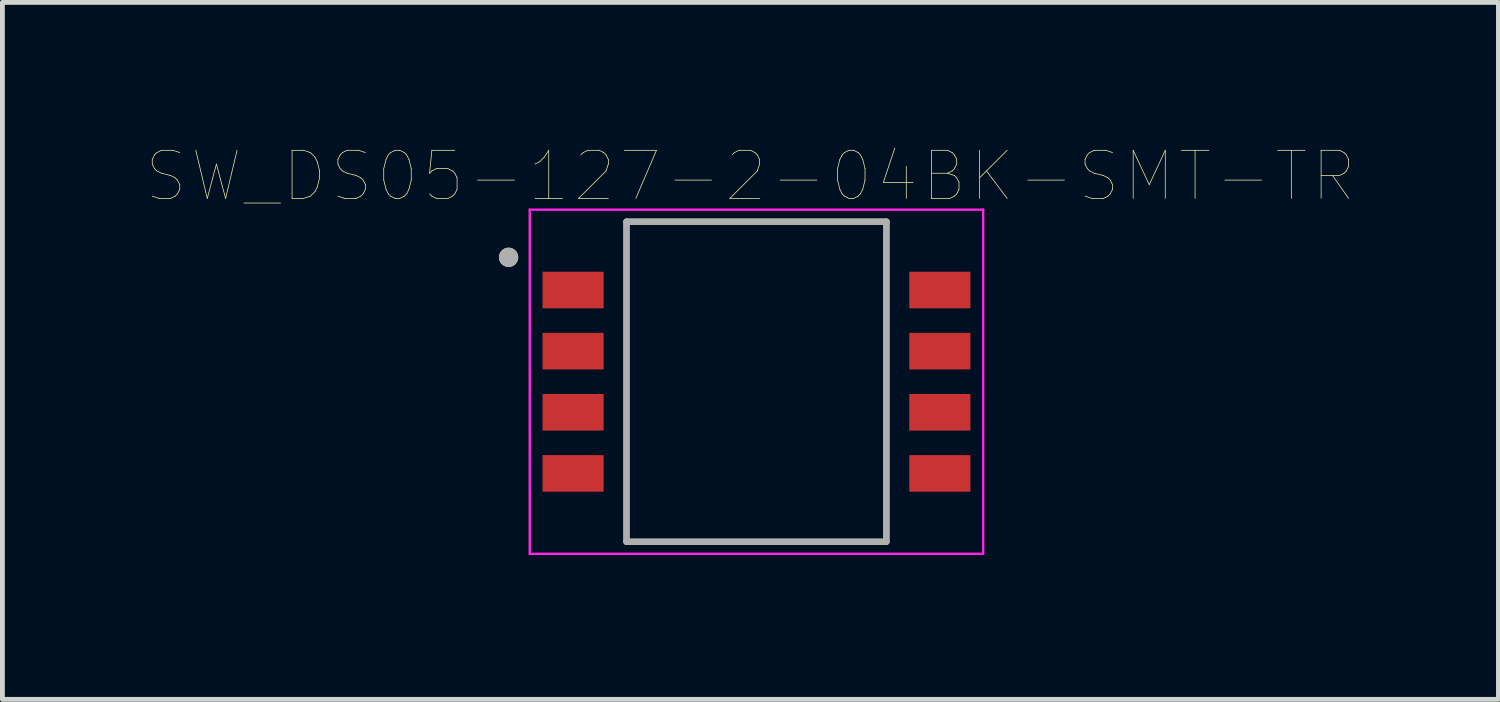
<source format=kicad_pcb>
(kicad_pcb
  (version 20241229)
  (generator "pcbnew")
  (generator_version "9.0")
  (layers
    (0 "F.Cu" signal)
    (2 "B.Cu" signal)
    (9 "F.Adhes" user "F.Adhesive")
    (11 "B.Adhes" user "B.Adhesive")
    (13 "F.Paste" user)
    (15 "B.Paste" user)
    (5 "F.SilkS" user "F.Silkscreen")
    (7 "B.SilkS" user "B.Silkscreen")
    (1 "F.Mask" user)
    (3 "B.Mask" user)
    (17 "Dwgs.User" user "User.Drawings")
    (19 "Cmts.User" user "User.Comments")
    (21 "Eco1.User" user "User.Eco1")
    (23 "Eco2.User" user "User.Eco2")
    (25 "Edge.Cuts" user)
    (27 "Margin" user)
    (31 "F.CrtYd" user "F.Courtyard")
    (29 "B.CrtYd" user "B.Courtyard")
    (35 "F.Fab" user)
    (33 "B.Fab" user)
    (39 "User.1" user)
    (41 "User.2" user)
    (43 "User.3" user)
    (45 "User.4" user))
  (footprint "SW_DS05-127-2-04BK-SMT-TR"
    (layer "F.Cu")
    (at 12.667 4.881)
    (property "Reference" "SW_DS05-127-2-04BK-SMT-TR" (at -0.125 -4.27 0) (layer "F.SilkS") (effects (font (size 1 1) (thickness 0.015))))
    (attr through_hole)
    (fp_line (start -2.7 -3.325) (end -2.7 3.325) (stroke (width 0.127) (type solid)) (layer "F.SilkS"))
    (fp_line (start -2.7 3.325) (end 2.7 3.325) (stroke (width 0.127) (type solid)) (layer "F.SilkS"))
    (fp_line (start 2.7 -3.325) (end -2.7 -3.325) (stroke (width 0.127) (type solid)) (layer "F.SilkS"))
    (fp_line (start 2.7 -3.325) (end 2.7 3.325) (stroke (width 0.127) (type solid)) (layer "F.SilkS"))
    (fp_circle (center -5.15 -2.585) (end -5.05 -2.585) (stroke (width 0.2) (type solid)) (fill no) (layer "F.SilkS"))
    (fp_line (start -4.71 -3.575) (end 4.71 -3.575) (stroke (width 0.05) (type solid)) (layer "F.CrtYd"))
    (fp_line (start -4.71 3.575) (end -4.71 -3.575) (stroke (width 0.05) (type solid)) (layer "F.CrtYd"))
    (fp_line (start 4.71 -3.575) (end 4.71 3.575) (stroke (width 0.05) (type solid)) (layer "F.CrtYd"))
    (fp_line (start 4.71 3.575) (end -4.71 3.575) (stroke (width 0.05) (type solid)) (layer "F.CrtYd"))
    (fp_line (start -2.7 -3.325) (end -2.7 3.325) (stroke (width 0.127) (type solid)) (layer "F.Fab"))
    (fp_line (start -2.7 3.325) (end 2.7 3.325) (stroke (width 0.127) (type solid)) (layer "F.Fab"))
    (fp_line (start 2.7 -3.325) (end -2.7 -3.325) (stroke (width 0.127) (type solid)) (layer "F.Fab"))
    (fp_line (start 2.7 3.325) (end 2.7 -3.325) (stroke (width 0.127) (type solid)) (layer "F.Fab"))
    (fp_circle (center -5.15 -2.585) (end -5.05 -2.585) (stroke (width 0.2) (type solid)) (fill no) (layer "F.Fab"))
    (pad "1A" smd rect (at -3.81 -1.905) (size 1.27 0.76) (layers "F.Cu" "F.Mask" "F.Paste"))
    (pad "1B" smd rect (at 3.81 -1.905) (size 1.27 0.76) (layers "F.Cu" "F.Mask" "F.Paste"))
    (pad "2A" smd rect (at -3.81 -0.635) (size 1.27 0.76) (layers "F.Cu" "F.Mask" "F.Paste"))
    (pad "2B" smd rect (at 3.81 -0.635) (size 1.27 0.76) (layers "F.Cu" "F.Mask" "F.Paste"))
    (pad "3A" smd rect (at -3.81 0.635) (size 1.27 0.76) (layers "F.Cu" "F.Mask" "F.Paste"))
    (pad "3B" smd rect (at 3.81 0.635) (size 1.27 0.76) (layers "F.Cu" "F.Mask" "F.Paste"))
    (pad "4A" smd rect (at -3.81 1.905) (size 1.27 0.76) (layers "F.Cu" "F.Mask" "F.Paste"))
    (pad "4B" smd rect (at 3.81 1.905) (size 1.27 0.76) (layers "F.Cu" "F.Mask" "F.Paste")))
  (gr_rect
    (start -3 -3)
    (end 28.083 11.481)
    (stroke (width 0.1) (type default))
    (fill no)
    (layer "Edge.Cuts")))
</source>
